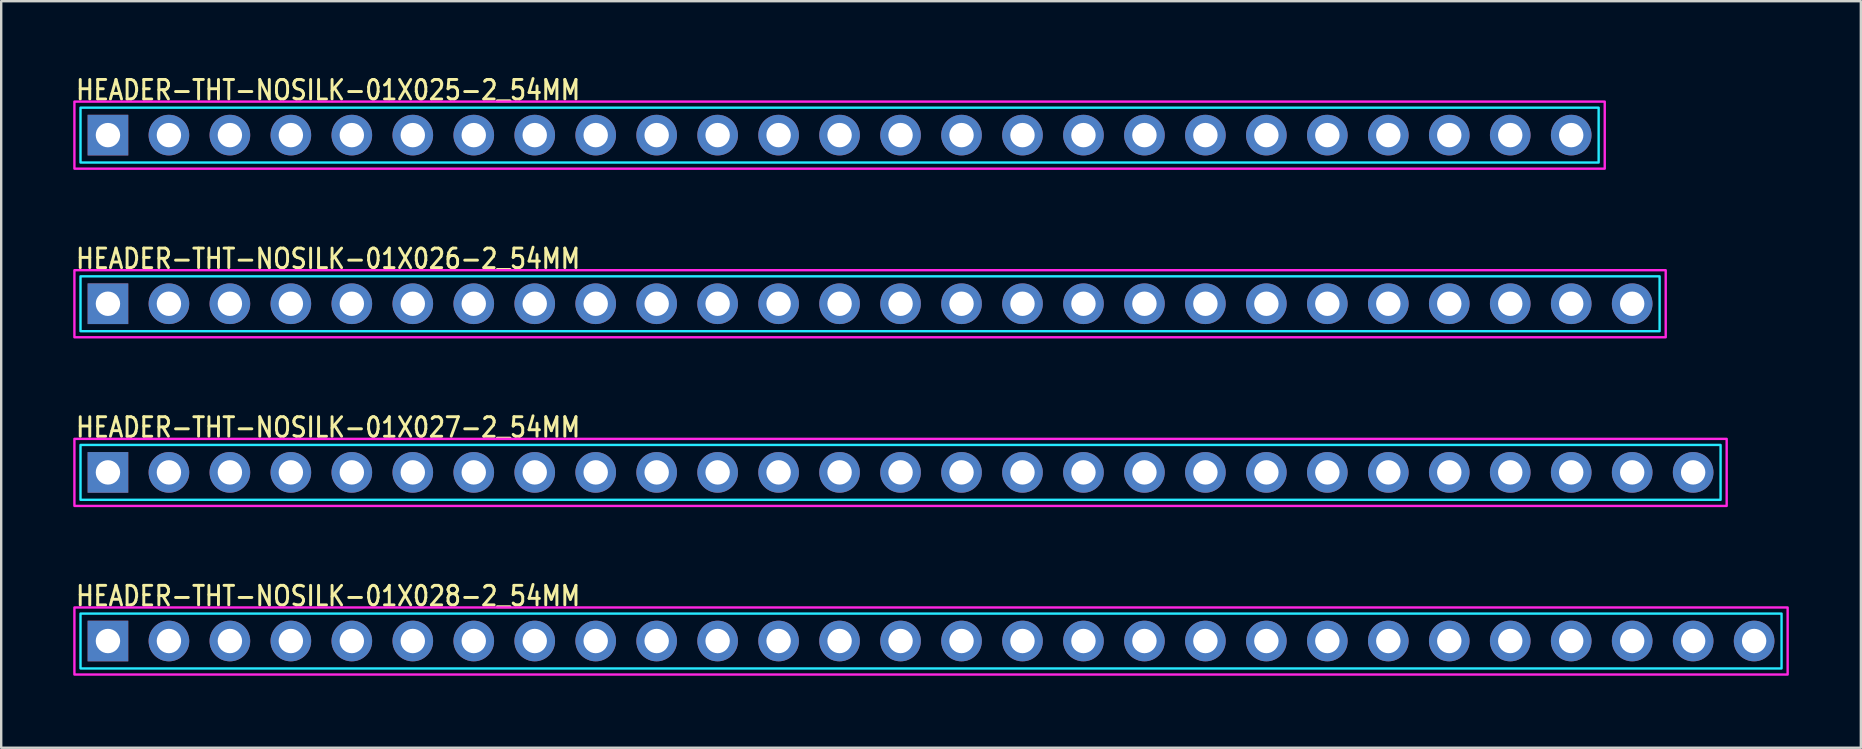
<source format=kicad_pcb>
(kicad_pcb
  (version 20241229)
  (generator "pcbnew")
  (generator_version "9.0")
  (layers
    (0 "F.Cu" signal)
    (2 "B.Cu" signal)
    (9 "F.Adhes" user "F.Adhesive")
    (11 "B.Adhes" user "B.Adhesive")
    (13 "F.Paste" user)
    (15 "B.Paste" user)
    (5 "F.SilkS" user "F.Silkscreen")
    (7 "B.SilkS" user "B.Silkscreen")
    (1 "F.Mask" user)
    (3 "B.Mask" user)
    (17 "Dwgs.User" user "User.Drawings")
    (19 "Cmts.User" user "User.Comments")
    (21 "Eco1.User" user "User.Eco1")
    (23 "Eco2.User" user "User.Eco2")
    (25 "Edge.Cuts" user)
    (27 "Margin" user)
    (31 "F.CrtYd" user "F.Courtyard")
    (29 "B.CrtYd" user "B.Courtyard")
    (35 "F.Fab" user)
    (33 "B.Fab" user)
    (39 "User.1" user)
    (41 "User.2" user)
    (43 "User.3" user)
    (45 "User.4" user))
  (footprint "HEADER-THT-NOSILK-01X026-2_54MM"
    (layer "F.Cu")
    (at 1.447 9.604)
    (property "Reference" "HEADER-THT-NOSILK-01X026-2_54MM" (at -1.4 -1.4 0) (unlocked yes) (layer "F.SilkS") (effects (font (size 0.813 0.695) (thickness 0.122)) (justify left bottom)))
    (fp_poly (pts (xy -1.143 -1.143) (xy 64.643 -1.143) (xy 64.643 1.143) (xy -1.143 1.143)) (stroke (width 0.1) (type solid)) (fill no) (layer "B.CrtYd"))
    (fp_poly (pts (xy -1.397 -1.397) (xy 64.897 -1.397) (xy 64.897 1.397) (xy -1.397 1.397)) (stroke (width 0.1) (type solid)) (fill no) (layer "F.CrtYd"))
    (pad "1" thru_hole rect (at 0 0) (size 1.693 1.693) (drill 1.016) (layers "*.Cu" "*.Mask"))
    (pad "2" thru_hole oval (at 2.54 0) (size 1.693 1.693) (drill 1.016) (layers "*.Cu" "*.Mask"))
    (pad "3" thru_hole oval (at 5.08 0) (size 1.693 1.693) (drill 1.016) (layers "*.Cu" "*.Mask"))
    (pad "4" thru_hole oval (at 7.62 0) (size 1.693 1.693) (drill 1.016) (layers "*.Cu" "*.Mask"))
    (pad "5" thru_hole oval (at 10.16 0) (size 1.693 1.693) (drill 1.016) (layers "*.Cu" "*.Mask"))
    (pad "6" thru_hole oval (at 12.7 0) (size 1.693 1.693) (drill 1.016) (layers "*.Cu" "*.Mask"))
    (pad "7" thru_hole oval (at 15.24 0) (size 1.693 1.693) (drill 1.016) (layers "*.Cu" "*.Mask"))
    (pad "8" thru_hole oval (at 17.78 0) (size 1.693 1.693) (drill 1.016) (layers "*.Cu" "*.Mask"))
    (pad "9" thru_hole oval (at 20.32 0) (size 1.693 1.693) (drill 1.016) (layers "*.Cu" "*.Mask"))
    (pad "10" thru_hole oval (at 22.86 0) (size 1.693 1.693) (drill 1.016) (layers "*.Cu" "*.Mask"))
    (pad "11" thru_hole oval (at 25.4 0) (size 1.693 1.693) (drill 1.016) (layers "*.Cu" "*.Mask"))
    (pad "12" thru_hole oval (at 27.94 0) (size 1.693 1.693) (drill 1.016) (layers "*.Cu" "*.Mask"))
    (pad "13" thru_hole oval (at 30.48 0) (size 1.693 1.693) (drill 1.016) (layers "*.Cu" "*.Mask"))
    (pad "14" thru_hole oval (at 33.02 0) (size 1.693 1.693) (drill 1.016) (layers "*.Cu" "*.Mask"))
    (pad "15" thru_hole oval (at 35.56 0) (size 1.693 1.693) (drill 1.016) (layers "*.Cu" "*.Mask"))
    (pad "16" thru_hole oval (at 38.1 0) (size 1.693 1.693) (drill 1.016) (layers "*.Cu" "*.Mask"))
    (pad "17" thru_hole oval (at 40.64 0) (size 1.693 1.693) (drill 1.016) (layers "*.Cu" "*.Mask"))
    (pad "18" thru_hole oval (at 43.18 0) (size 1.693 1.693) (drill 1.016) (layers "*.Cu" "*.Mask"))
    (pad "19" thru_hole oval (at 45.72 0) (size 1.693 1.693) (drill 1.016) (layers "*.Cu" "*.Mask"))
    (pad "20" thru_hole oval (at 48.26 0) (size 1.693 1.693) (drill 1.016) (layers "*.Cu" "*.Mask"))
    (pad "21" thru_hole oval (at 50.8 0) (size 1.693 1.693) (drill 1.016) (layers "*.Cu" "*.Mask"))
    (pad "22" thru_hole oval (at 53.34 0) (size 1.693 1.693) (drill 1.016) (layers "*.Cu" "*.Mask"))
    (pad "23" thru_hole oval (at 55.88 0) (size 1.693 1.693) (drill 1.016) (layers "*.Cu" "*.Mask"))
    (pad "24" thru_hole oval (at 58.42 0) (size 1.693 1.693) (drill 1.016) (layers "*.Cu" "*.Mask"))
    (pad "25" thru_hole oval (at 60.96 0) (size 1.693 1.693) (drill 1.016) (layers "*.Cu" "*.Mask"))
    (pad "26" thru_hole oval (at 63.5 0) (size 1.693 1.693) (drill 1.016) (layers "*.Cu" "*.Mask")))
  (footprint "HEADER-THT-NOSILK-01X028-2_54MM"
    (layer "F.Cu")
    (at 1.447 23.655)
    (property "Reference" "HEADER-THT-NOSILK-01X028-2_54MM" (at -1.4 -1.4 0) (unlocked yes) (layer "F.SilkS") (effects (font (size 0.813 0.695) (thickness 0.122)) (justify left bottom)))
    (fp_poly (pts (xy -1.143 -1.143) (xy 69.723 -1.143) (xy 69.723 1.143) (xy -1.143 1.143)) (stroke (width 0.1) (type solid)) (fill no) (layer "B.CrtYd"))
    (fp_poly (pts (xy -1.397 -1.397) (xy 69.977 -1.397) (xy 69.977 1.397) (xy -1.397 1.397)) (stroke (width 0.1) (type solid)) (fill no) (layer "F.CrtYd"))
    (pad "1" thru_hole rect (at 0 0) (size 1.693 1.693) (drill 1.016) (layers "*.Cu" "*.Mask"))
    (pad "2" thru_hole oval (at 2.54 0) (size 1.693 1.693) (drill 1.016) (layers "*.Cu" "*.Mask"))
    (pad "3" thru_hole oval (at 5.08 0) (size 1.693 1.693) (drill 1.016) (layers "*.Cu" "*.Mask"))
    (pad "4" thru_hole oval (at 7.62 0) (size 1.693 1.693) (drill 1.016) (layers "*.Cu" "*.Mask"))
    (pad "5" thru_hole oval (at 10.16 0) (size 1.693 1.693) (drill 1.016) (layers "*.Cu" "*.Mask"))
    (pad "6" thru_hole oval (at 12.7 0) (size 1.693 1.693) (drill 1.016) (layers "*.Cu" "*.Mask"))
    (pad "7" thru_hole oval (at 15.24 0) (size 1.693 1.693) (drill 1.016) (layers "*.Cu" "*.Mask"))
    (pad "8" thru_hole oval (at 17.78 0) (size 1.693 1.693) (drill 1.016) (layers "*.Cu" "*.Mask"))
    (pad "9" thru_hole oval (at 20.32 0) (size 1.693 1.693) (drill 1.016) (layers "*.Cu" "*.Mask"))
    (pad "10" thru_hole oval (at 22.86 0) (size 1.693 1.693) (drill 1.016) (layers "*.Cu" "*.Mask"))
    (pad "11" thru_hole oval (at 25.4 0) (size 1.693 1.693) (drill 1.016) (layers "*.Cu" "*.Mask"))
    (pad "12" thru_hole oval (at 27.94 0) (size 1.693 1.693) (drill 1.016) (layers "*.Cu" "*.Mask"))
    (pad "13" thru_hole oval (at 30.48 0) (size 1.693 1.693) (drill 1.016) (layers "*.Cu" "*.Mask"))
    (pad "14" thru_hole oval (at 33.02 0) (size 1.693 1.693) (drill 1.016) (layers "*.Cu" "*.Mask"))
    (pad "15" thru_hole oval (at 35.56 0) (size 1.693 1.693) (drill 1.016) (layers "*.Cu" "*.Mask"))
    (pad "16" thru_hole oval (at 38.1 0) (size 1.693 1.693) (drill 1.016) (layers "*.Cu" "*.Mask"))
    (pad "17" thru_hole oval (at 40.64 0) (size 1.693 1.693) (drill 1.016) (layers "*.Cu" "*.Mask"))
    (pad "18" thru_hole oval (at 43.18 0) (size 1.693 1.693) (drill 1.016) (layers "*.Cu" "*.Mask"))
    (pad "19" thru_hole oval (at 45.72 0) (size 1.693 1.693) (drill 1.016) (layers "*.Cu" "*.Mask"))
    (pad "20" thru_hole oval (at 48.26 0) (size 1.693 1.693) (drill 1.016) (layers "*.Cu" "*.Mask"))
    (pad "21" thru_hole oval (at 50.8 0) (size 1.693 1.693) (drill 1.016) (layers "*.Cu" "*.Mask"))
    (pad "22" thru_hole oval (at 53.34 0) (size 1.693 1.693) (drill 1.016) (layers "*.Cu" "*.Mask"))
    (pad "23" thru_hole oval (at 55.88 0) (size 1.693 1.693) (drill 1.016) (layers "*.Cu" "*.Mask"))
    (pad "24" thru_hole oval (at 58.42 0) (size 1.693 1.693) (drill 1.016) (layers "*.Cu" "*.Mask"))
    (pad "25" thru_hole oval (at 60.96 0) (size 1.693 1.693) (drill 1.016) (layers "*.Cu" "*.Mask"))
    (pad "26" thru_hole oval (at 63.5 0) (size 1.693 1.693) (drill 1.016) (layers "*.Cu" "*.Mask"))
    (pad "27" thru_hole oval (at 66.04 0) (size 1.693 1.693) (drill 1.016) (layers "*.Cu" "*.Mask"))
    (pad "28" thru_hole oval (at 68.58 0) (size 1.693 1.693) (drill 1.016) (layers "*.Cu" "*.Mask")))
  (footprint "HEADER-THT-NOSILK-01X027-2_54MM"
    (layer "F.Cu")
    (at 1.447 16.63)
    (property "Reference" "HEADER-THT-NOSILK-01X027-2_54MM" (at -1.4 -1.4 0) (unlocked yes) (layer "F.SilkS") (effects (font (size 0.813 0.695) (thickness 0.122)) (justify left bottom)))
    (fp_poly (pts (xy -1.143 -1.143) (xy 67.183 -1.143) (xy 67.183 1.143) (xy -1.143 1.143)) (stroke (width 0.1) (type solid)) (fill no) (layer "B.CrtYd"))
    (fp_poly (pts (xy -1.397 -1.397) (xy 67.437 -1.397) (xy 67.437 1.397) (xy -1.397 1.397)) (stroke (width 0.1) (type solid)) (fill no) (layer "F.CrtYd"))
    (pad "1" thru_hole rect (at 0 0) (size 1.693 1.693) (drill 1.016) (layers "*.Cu" "*.Mask"))
    (pad "2" thru_hole oval (at 2.54 0) (size 1.693 1.693) (drill 1.016) (layers "*.Cu" "*.Mask"))
    (pad "3" thru_hole oval (at 5.08 0) (size 1.693 1.693) (drill 1.016) (layers "*.Cu" "*.Mask"))
    (pad "4" thru_hole oval (at 7.62 0) (size 1.693 1.693) (drill 1.016) (layers "*.Cu" "*.Mask"))
    (pad "5" thru_hole oval (at 10.16 0) (size 1.693 1.693) (drill 1.016) (layers "*.Cu" "*.Mask"))
    (pad "6" thru_hole oval (at 12.7 0) (size 1.693 1.693) (drill 1.016) (layers "*.Cu" "*.Mask"))
    (pad "7" thru_hole oval (at 15.24 0) (size 1.693 1.693) (drill 1.016) (layers "*.Cu" "*.Mask"))
    (pad "8" thru_hole oval (at 17.78 0) (size 1.693 1.693) (drill 1.016) (layers "*.Cu" "*.Mask"))
    (pad "9" thru_hole oval (at 20.32 0) (size 1.693 1.693) (drill 1.016) (layers "*.Cu" "*.Mask"))
    (pad "10" thru_hole oval (at 22.86 0) (size 1.693 1.693) (drill 1.016) (layers "*.Cu" "*.Mask"))
    (pad "11" thru_hole oval (at 25.4 0) (size 1.693 1.693) (drill 1.016) (layers "*.Cu" "*.Mask"))
    (pad "12" thru_hole oval (at 27.94 0) (size 1.693 1.693) (drill 1.016) (layers "*.Cu" "*.Mask"))
    (pad "13" thru_hole oval (at 30.48 0) (size 1.693 1.693) (drill 1.016) (layers "*.Cu" "*.Mask"))
    (pad "14" thru_hole oval (at 33.02 0) (size 1.693 1.693) (drill 1.016) (layers "*.Cu" "*.Mask"))
    (pad "15" thru_hole oval (at 35.56 0) (size 1.693 1.693) (drill 1.016) (layers "*.Cu" "*.Mask"))
    (pad "16" thru_hole oval (at 38.1 0) (size 1.693 1.693) (drill 1.016) (layers "*.Cu" "*.Mask"))
    (pad "17" thru_hole oval (at 40.64 0) (size 1.693 1.693) (drill 1.016) (layers "*.Cu" "*.Mask"))
    (pad "18" thru_hole oval (at 43.18 0) (size 1.693 1.693) (drill 1.016) (layers "*.Cu" "*.Mask"))
    (pad "19" thru_hole oval (at 45.72 0) (size 1.693 1.693) (drill 1.016) (layers "*.Cu" "*.Mask"))
    (pad "20" thru_hole oval (at 48.26 0) (size 1.693 1.693) (drill 1.016) (layers "*.Cu" "*.Mask"))
    (pad "21" thru_hole oval (at 50.8 0) (size 1.693 1.693) (drill 1.016) (layers "*.Cu" "*.Mask"))
    (pad "22" thru_hole oval (at 53.34 0) (size 1.693 1.693) (drill 1.016) (layers "*.Cu" "*.Mask"))
    (pad "23" thru_hole oval (at 55.88 0) (size 1.693 1.693) (drill 1.016) (layers "*.Cu" "*.Mask"))
    (pad "24" thru_hole oval (at 58.42 0) (size 1.693 1.693) (drill 1.016) (layers "*.Cu" "*.Mask"))
    (pad "25" thru_hole oval (at 60.96 0) (size 1.693 1.693) (drill 1.016) (layers "*.Cu" "*.Mask"))
    (pad "26" thru_hole oval (at 63.5 0) (size 1.693 1.693) (drill 1.016) (layers "*.Cu" "*.Mask"))
    (pad "27" thru_hole oval (at 66.04 0) (size 1.693 1.693) (drill 1.016) (layers "*.Cu" "*.Mask")))
  (footprint "HEADER-THT-NOSILK-01X025-2_54MM"
    (layer "F.Cu")
    (at 1.447 2.579)
    (property "Reference" "HEADER-THT-NOSILK-01X025-2_54MM" (at -1.4 -1.4 0) (unlocked yes) (layer "F.SilkS") (effects (font (size 0.813 0.695) (thickness 0.122)) (justify left bottom)))
    (fp_poly (pts (xy -1.143 -1.143) (xy 62.103 -1.143) (xy 62.103 1.143) (xy -1.143 1.143)) (stroke (width 0.1) (type solid)) (fill no) (layer "B.CrtYd"))
    (fp_poly (pts (xy -1.397 -1.397) (xy 62.357 -1.397) (xy 62.357 1.397) (xy -1.397 1.397)) (stroke (width 0.1) (type solid)) (fill no) (layer "F.CrtYd"))
    (pad "1" thru_hole rect (at 0 0) (size 1.693 1.693) (drill 1.016) (layers "*.Cu" "*.Mask"))
    (pad "2" thru_hole oval (at 2.54 0) (size 1.693 1.693) (drill 1.016) (layers "*.Cu" "*.Mask"))
    (pad "3" thru_hole oval (at 5.08 0) (size 1.693 1.693) (drill 1.016) (layers "*.Cu" "*.Mask"))
    (pad "4" thru_hole oval (at 7.62 0) (size 1.693 1.693) (drill 1.016) (layers "*.Cu" "*.Mask"))
    (pad "5" thru_hole oval (at 10.16 0) (size 1.693 1.693) (drill 1.016) (layers "*.Cu" "*.Mask"))
    (pad "6" thru_hole oval (at 12.7 0) (size 1.693 1.693) (drill 1.016) (layers "*.Cu" "*.Mask"))
    (pad "7" thru_hole oval (at 15.24 0) (size 1.693 1.693) (drill 1.016) (layers "*.Cu" "*.Mask"))
    (pad "8" thru_hole oval (at 17.78 0) (size 1.693 1.693) (drill 1.016) (layers "*.Cu" "*.Mask"))
    (pad "9" thru_hole oval (at 20.32 0) (size 1.693 1.693) (drill 1.016) (layers "*.Cu" "*.Mask"))
    (pad "10" thru_hole oval (at 22.86 0) (size 1.693 1.693) (drill 1.016) (layers "*.Cu" "*.Mask"))
    (pad "11" thru_hole oval (at 25.4 0) (size 1.693 1.693) (drill 1.016) (layers "*.Cu" "*.Mask"))
    (pad "12" thru_hole oval (at 27.94 0) (size 1.693 1.693) (drill 1.016) (layers "*.Cu" "*.Mask"))
    (pad "13" thru_hole oval (at 30.48 0) (size 1.693 1.693) (drill 1.016) (layers "*.Cu" "*.Mask"))
    (pad "14" thru_hole oval (at 33.02 0) (size 1.693 1.693) (drill 1.016) (layers "*.Cu" "*.Mask"))
    (pad "15" thru_hole oval (at 35.56 0) (size 1.693 1.693) (drill 1.016) (layers "*.Cu" "*.Mask"))
    (pad "16" thru_hole oval (at 38.1 0) (size 1.693 1.693) (drill 1.016) (layers "*.Cu" "*.Mask"))
    (pad "17" thru_hole oval (at 40.64 0) (size 1.693 1.693) (drill 1.016) (layers "*.Cu" "*.Mask"))
    (pad "18" thru_hole oval (at 43.18 0) (size 1.693 1.693) (drill 1.016) (layers "*.Cu" "*.Mask"))
    (pad "19" thru_hole oval (at 45.72 0) (size 1.693 1.693) (drill 1.016) (layers "*.Cu" "*.Mask"))
    (pad "20" thru_hole oval (at 48.26 0) (size 1.693 1.693) (drill 1.016) (layers "*.Cu" "*.Mask"))
    (pad "21" thru_hole oval (at 50.8 0) (size 1.693 1.693) (drill 1.016) (layers "*.Cu" "*.Mask"))
    (pad "22" thru_hole oval (at 53.34 0) (size 1.693 1.693) (drill 1.016) (layers "*.Cu" "*.Mask"))
    (pad "23" thru_hole oval (at 55.88 0) (size 1.693 1.693) (drill 1.016) (layers "*.Cu" "*.Mask"))
    (pad "24" thru_hole oval (at 58.42 0) (size 1.693 1.693) (drill 1.016) (layers "*.Cu" "*.Mask"))
    (pad "25" thru_hole oval (at 60.96 0) (size 1.693 1.693) (drill 1.016) (layers "*.Cu" "*.Mask")))
  (gr_rect
    (start -3 -3)
    (end 74.474 28.102)
    (stroke (width 0.1) (type default))
    (fill no)
    (layer "Edge.Cuts")))
</source>
